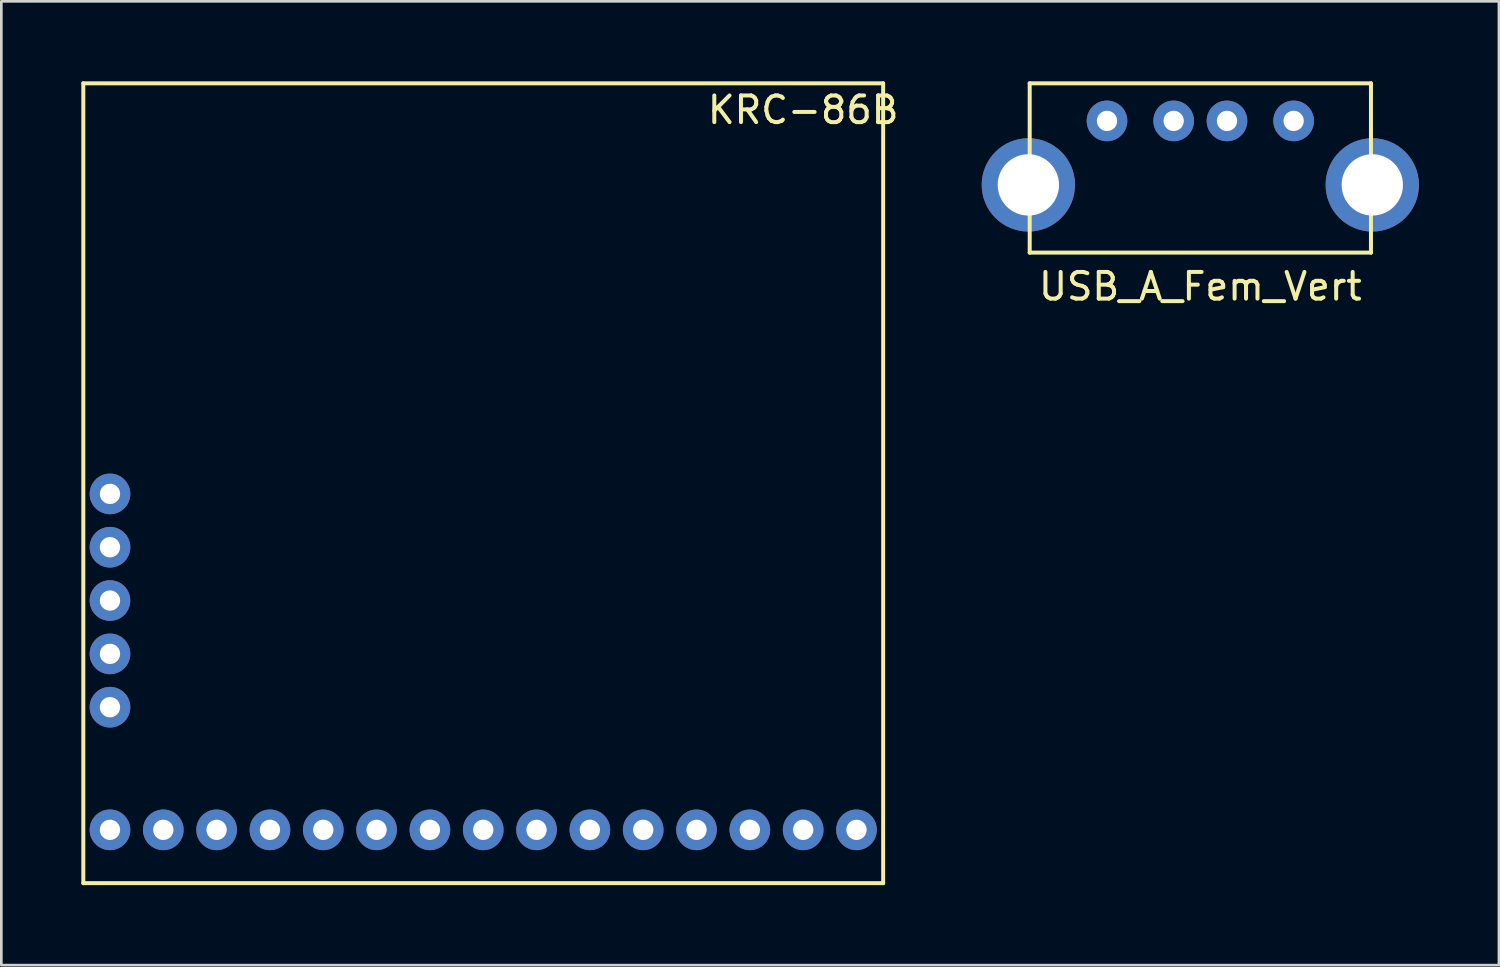
<source format=kicad_pcb>
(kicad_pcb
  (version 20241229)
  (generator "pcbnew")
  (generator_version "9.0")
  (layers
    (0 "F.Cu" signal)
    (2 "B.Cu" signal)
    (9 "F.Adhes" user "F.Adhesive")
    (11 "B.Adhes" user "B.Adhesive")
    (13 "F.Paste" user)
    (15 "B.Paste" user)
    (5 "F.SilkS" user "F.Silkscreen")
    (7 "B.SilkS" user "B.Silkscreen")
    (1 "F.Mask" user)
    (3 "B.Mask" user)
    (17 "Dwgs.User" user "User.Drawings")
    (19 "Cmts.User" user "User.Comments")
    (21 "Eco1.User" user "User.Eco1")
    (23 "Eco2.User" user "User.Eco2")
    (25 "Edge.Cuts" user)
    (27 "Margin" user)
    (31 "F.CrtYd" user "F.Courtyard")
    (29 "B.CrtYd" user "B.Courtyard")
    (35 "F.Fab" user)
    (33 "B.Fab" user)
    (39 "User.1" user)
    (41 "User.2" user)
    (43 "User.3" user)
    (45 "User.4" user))
  (footprint "USB_A_Fem_Vert"
    (layer "F.Cu")
    (at 41.971 3.885)
    (property "Reference" "USB_A_Fem_Vert" (at 0 3.81 0) (layer "F.SilkS") (effects (font (size 1 1) (thickness 0.15))))
    (attr through_hole)
    (fp_line (start -6.4 -3.81) (end 6.4 -3.81) (stroke (width 0.15) (type solid)) (layer "F.SilkS"))
    (fp_line (start -6.4 2.54) (end -6.4 -3.81) (stroke (width 0.15) (type solid)) (layer "F.SilkS"))
    (fp_line (start -6.4 2.54) (end 6.4 2.54) (stroke (width 0.15) (type solid)) (layer "F.SilkS"))
    (fp_line (start 6.4 -3.81) (end 6.4 2.54) (stroke (width 0.15) (type solid)) (layer "F.SilkS"))
    (pad "1" thru_hole circle (at -3.5 -2.4) (size 1.524 1.524) (drill 0.762) (layers "*.Cu" "*.Mask"))
    (pad "2" thru_hole circle (at -1 -2.4) (size 1.524 1.524) (drill 0.762) (layers "*.Cu" "*.Mask"))
    (pad "3" thru_hole circle (at 1 -2.4) (size 1.524 1.524) (drill 0.762) (layers "*.Cu" "*.Mask"))
    (pad "4" thru_hole circle (at 3.5 -2.4) (size 1.524 1.524) (drill 0.762) (layers "*.Cu" "*.Mask"))
    (pad "5" thru_hole circle (at -6.45 0) (size 3.5 3.5) (drill 2.3) (layers "*.Cu" "*.Mask"))
    (pad "5" thru_hole circle (at 6.45 0) (size 3.5 3.5) (drill 2.3) (layers "*.Cu" "*.Mask")))
  (footprint "KRC-86B"
    (layer "F.Cu")
    (at 1.075 28.075)
    (property "Reference" "KRC-86B" (at 26 -27 0) (layer "F.SilkS") (effects (font (size 1 1) (thickness 0.15))))
    (attr through_hole)
    (fp_line (start -1 -28) (end -1 2) (stroke (width 0.15) (type solid)) (layer "F.SilkS"))
    (fp_line (start -1 2) (end 29 2) (stroke (width 0.15) (type solid)) (layer "F.SilkS"))
    (fp_line (start 29 -28) (end -1 -28) (stroke (width 0.15) (type solid)) (layer "F.SilkS"))
    (fp_line (start 29 2) (end 29 -28) (stroke (width 0.15) (type solid)) (layer "F.SilkS"))
    (pad "1" thru_hole circle (at 0 0) (size 1.524 1.524) (drill 0.762) (layers "*.Cu" "*.Mask"))
    (pad "2" thru_hole circle (at 2 0) (size 1.524 1.524) (drill 0.762) (layers "*.Cu" "*.Mask"))
    (pad "3" thru_hole circle (at 4 0) (size 1.524 1.524) (drill 0.762) (layers "*.Cu" "*.Mask"))
    (pad "4" thru_hole circle (at 6 0) (size 1.524 1.524) (drill 0.762) (layers "*.Cu" "*.Mask"))
    (pad "5" thru_hole circle (at 8 0) (size 1.524 1.524) (drill 0.762) (layers "*.Cu" "*.Mask"))
    (pad "6" thru_hole circle (at 10 0) (size 1.524 1.524) (drill 0.762) (layers "*.Cu" "*.Mask"))
    (pad "7" thru_hole circle (at 12 0) (size 1.524 1.524) (drill 0.762) (layers "*.Cu" "*.Mask"))
    (pad "8" thru_hole circle (at 14 0) (size 1.524 1.524) (drill 0.762) (layers "*.Cu" "*.Mask"))
    (pad "9" thru_hole circle (at 16 0) (size 1.524 1.524) (drill 0.762) (layers "*.Cu" "*.Mask"))
    (pad "10" thru_hole circle (at 18 0) (size 1.524 1.524) (drill 0.762) (layers "*.Cu" "*.Mask"))
    (pad "11" thru_hole circle (at 20 0) (size 1.524 1.524) (drill 0.762) (layers "*.Cu" "*.Mask"))
    (pad "12" thru_hole circle (at 22 0) (size 1.524 1.524) (drill 0.762) (layers "*.Cu" "*.Mask"))
    (pad "13" thru_hole circle (at 24 0) (size 1.524 1.524) (drill 0.762) (layers "*.Cu" "*.Mask"))
    (pad "14" thru_hole circle (at 26 0) (size 1.524 1.524) (drill 0.762) (layers "*.Cu" "*.Mask"))
    (pad "15" thru_hole circle (at 28 0) (size 1.524 1.524) (drill 0.762) (layers "*.Cu" "*.Mask"))
    (pad "16" thru_hole circle (at 0 -12.6) (size 1.524 1.524) (drill 0.762) (layers "*.Cu" "*.Mask"))
    (pad "17" thru_hole circle (at 0 -10.6) (size 1.524 1.524) (drill 0.762) (layers "*.Cu" "*.Mask"))
    (pad "18" thru_hole circle (at 0 -8.6) (size 1.524 1.524) (drill 0.762) (layers "*.Cu" "*.Mask"))
    (pad "19" thru_hole circle (at 0 -6.6) (size 1.524 1.524) (drill 0.762) (layers "*.Cu" "*.Mask"))
    (pad "20" thru_hole circle (at 0 -4.6) (size 1.524 1.524) (drill 0.762) (layers "*.Cu" "*.Mask")))
  (gr_rect
    (start -3 -3)
    (end 53.171 33.15)
    (stroke (width 0.1) (type default))
    (fill no)
    (layer "Edge.Cuts")))
</source>
